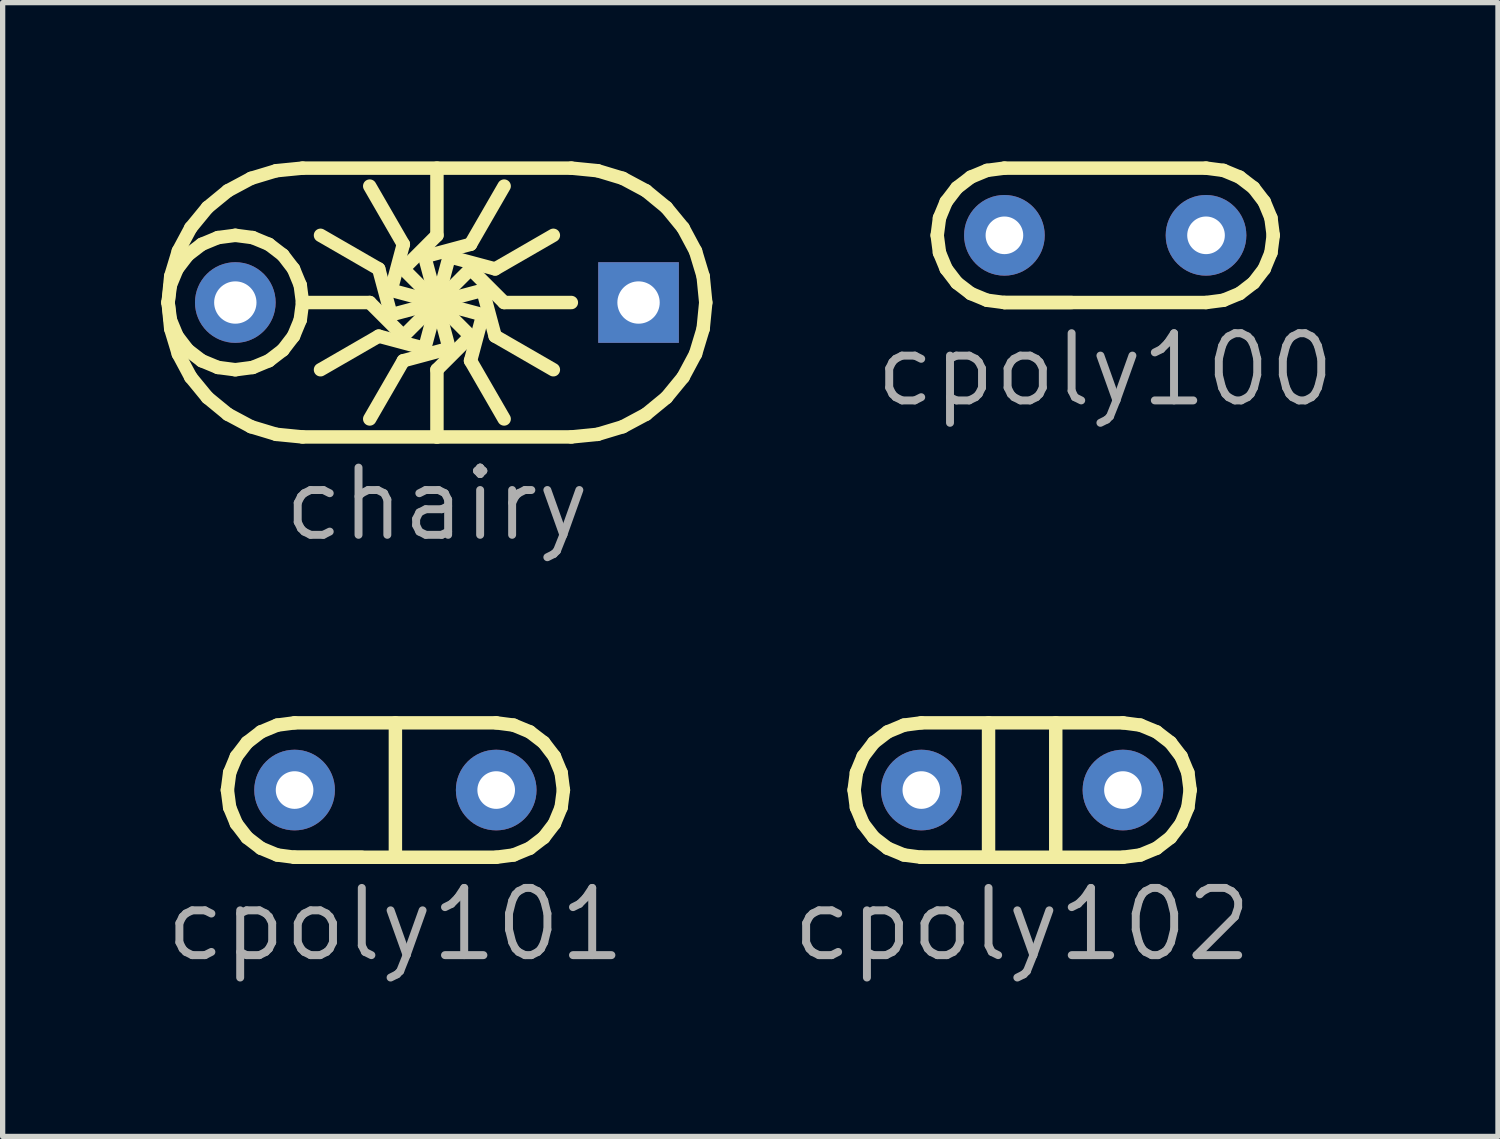
<source format=kicad_pcb>
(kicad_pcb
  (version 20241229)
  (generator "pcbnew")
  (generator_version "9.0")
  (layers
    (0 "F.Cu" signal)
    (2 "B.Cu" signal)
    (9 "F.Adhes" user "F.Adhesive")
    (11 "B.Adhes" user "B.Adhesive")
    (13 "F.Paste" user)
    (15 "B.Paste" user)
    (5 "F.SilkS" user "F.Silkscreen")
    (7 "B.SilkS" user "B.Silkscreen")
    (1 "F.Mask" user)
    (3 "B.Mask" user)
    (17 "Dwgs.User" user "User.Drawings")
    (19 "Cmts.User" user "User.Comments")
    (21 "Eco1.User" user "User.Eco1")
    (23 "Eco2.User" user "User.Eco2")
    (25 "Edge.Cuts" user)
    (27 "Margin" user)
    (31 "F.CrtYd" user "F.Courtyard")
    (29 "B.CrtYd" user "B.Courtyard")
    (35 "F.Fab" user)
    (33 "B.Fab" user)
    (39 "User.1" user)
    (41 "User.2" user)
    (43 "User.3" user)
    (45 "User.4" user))
  (footprint "cpoly100"
    (layer "F.Cu")
    (at 15.931 1.397)
    (property "Reference" "cpoly100" (at 1.905 2.54 0) (layer "F.Fab") (effects (font (size 1.27 1.27) (thickness 0.15))))
    (attr through_hole)
    (fp_line (start -1.27 0) (end -1.227 -0.329) (stroke (width 0.254) (type default)) (layer "F.SilkS"))
    (fp_line (start -1.227 -0.329) (end -1.1 -0.635) (stroke (width 0.254) (type default)) (layer "F.SilkS"))
    (fp_line (start -1.227 0.329) (end -1.27 0) (stroke (width 0.254) (type default)) (layer "F.SilkS"))
    (fp_line (start -1.1 -0.635) (end -0.898 -0.898) (stroke (width 0.254) (type default)) (layer "F.SilkS"))
    (fp_line (start -1.1 0.635) (end -1.227 0.329) (stroke (width 0.254) (type default)) (layer "F.SilkS"))
    (fp_line (start -0.898 -0.898) (end -0.635 -1.1) (stroke (width 0.254) (type default)) (layer "F.SilkS"))
    (fp_line (start -0.898 0.898) (end -1.1 0.635) (stroke (width 0.254) (type default)) (layer "F.SilkS"))
    (fp_line (start -0.635 -1.1) (end -0.329 -1.227) (stroke (width 0.254) (type default)) (layer "F.SilkS"))
    (fp_line (start -0.635 1.1) (end -0.898 0.898) (stroke (width 0.254) (type default)) (layer "F.SilkS"))
    (fp_line (start -0.329 -1.227) (end 0 -1.27) (stroke (width 0.254) (type default)) (layer "F.SilkS"))
    (fp_line (start -0.329 1.227) (end -0.635 1.1) (stroke (width 0.254) (type default)) (layer "F.SilkS"))
    (fp_line (start 0 -1.27) (end 3.81 -1.27) (stroke (width 0.254) (type default)) (layer "F.SilkS"))
    (fp_line (start 0 1.27) (end -0.329 1.227) (stroke (width 0.254) (type default)) (layer "F.SilkS"))
    (fp_line (start 1.27 1.27) (end 0 1.27) (stroke (width 0.254) (type default)) (layer "F.SilkS"))
    (fp_line (start 3.81 -1.27) (end 4.139 -1.227) (stroke (width 0.254) (type default)) (layer "F.SilkS"))
    (fp_line (start 3.81 1.27) (end 0 1.27) (stroke (width 0.254) (type default)) (layer "F.SilkS"))
    (fp_line (start 4.139 -1.227) (end 4.445 -1.1) (stroke (width 0.254) (type default)) (layer "F.SilkS"))
    (fp_line (start 4.139 1.227) (end 3.81 1.27) (stroke (width 0.254) (type default)) (layer "F.SilkS"))
    (fp_line (start 4.445 -1.1) (end 4.708 -0.898) (stroke (width 0.254) (type default)) (layer "F.SilkS"))
    (fp_line (start 4.445 1.1) (end 4.139 1.227) (stroke (width 0.254) (type default)) (layer "F.SilkS"))
    (fp_line (start 4.708 -0.898) (end 4.91 -0.635) (stroke (width 0.254) (type default)) (layer "F.SilkS"))
    (fp_line (start 4.708 0.898) (end 4.445 1.1) (stroke (width 0.254) (type default)) (layer "F.SilkS"))
    (fp_line (start 4.91 -0.635) (end 5.037 -0.329) (stroke (width 0.254) (type default)) (layer "F.SilkS"))
    (fp_line (start 4.91 0.635) (end 4.708 0.898) (stroke (width 0.254) (type default)) (layer "F.SilkS"))
    (fp_line (start 5.037 -0.329) (end 5.08 0) (stroke (width 0.254) (type default)) (layer "F.SilkS"))
    (fp_line (start 5.037 0.329) (end 4.91 0.635) (stroke (width 0.254) (type default)) (layer "F.SilkS"))
    (fp_line (start 5.08 0) (end 5.037 0.329) (stroke (width 0.254) (type default)) (layer "F.SilkS"))
    (pad "1" thru_hole circle (at 3.81 0) (size 1.524 1.524) (drill 0.711) (layers "*.Cu" "*.Mask"))
    (pad "2" thru_hole circle (at 0 0) (size 1.524 1.524) (drill 0.711) (layers "*.Cu" "*.Mask")))
  (footprint "chairy"
    (layer "F.Cu")
    (at 1.397 2.667)
    (property "Reference" "chairy" (at 3.81 3.81 0) (layer "F.Fab") (effects (font (size 1.27 1.27) (thickness 0.15))))
    (attr through_hole)
    (fp_line (start -1.27 0) (end -1.227 -0.329) (stroke (width 0.254) (type default)) (layer "F.SilkS"))
    (fp_line (start -1.27 0) (end -1.221 -0.496) (stroke (width 0.254) (type default)) (layer "F.SilkS"))
    (fp_line (start -1.227 -0.329) (end -1.1 -0.635) (stroke (width 0.254) (type default)) (layer "F.SilkS"))
    (fp_line (start -1.227 0.329) (end -1.27 0) (stroke (width 0.254) (type default)) (layer "F.SilkS"))
    (fp_line (start -1.221 -0.496) (end -1.077 -0.972) (stroke (width 0.254) (type default)) (layer "F.SilkS"))
    (fp_line (start -1.221 0.496) (end -1.27 0) (stroke (width 0.254) (type default)) (layer "F.SilkS"))
    (fp_line (start -1.1 -0.635) (end -0.898 -0.898) (stroke (width 0.254) (type default)) (layer "F.SilkS"))
    (fp_line (start -1.1 0.635) (end -1.227 0.329) (stroke (width 0.254) (type default)) (layer "F.SilkS"))
    (fp_line (start -1.077 -0.972) (end -0.842 -1.411) (stroke (width 0.254) (type default)) (layer "F.SilkS"))
    (fp_line (start -1.077 0.972) (end -1.221 0.496) (stroke (width 0.254) (type default)) (layer "F.SilkS"))
    (fp_line (start -0.898 -0.898) (end -0.635 -1.1) (stroke (width 0.254) (type default)) (layer "F.SilkS"))
    (fp_line (start -0.898 0.898) (end -1.1 0.635) (stroke (width 0.254) (type default)) (layer "F.SilkS"))
    (fp_line (start -0.842 -1.411) (end -0.526 -1.796) (stroke (width 0.254) (type default)) (layer "F.SilkS"))
    (fp_line (start -0.842 1.411) (end -1.077 0.972) (stroke (width 0.254) (type default)) (layer "F.SilkS"))
    (fp_line (start -0.635 -1.1) (end -0.329 -1.227) (stroke (width 0.254) (type default)) (layer "F.SilkS"))
    (fp_line (start -0.635 1.1) (end -0.898 0.898) (stroke (width 0.254) (type default)) (layer "F.SilkS"))
    (fp_line (start -0.526 -1.796) (end -0.141 -2.112) (stroke (width 0.254) (type default)) (layer "F.SilkS"))
    (fp_line (start -0.526 1.796) (end -0.842 1.411) (stroke (width 0.254) (type default)) (layer "F.SilkS"))
    (fp_line (start -0.329 -1.227) (end 0 -1.27) (stroke (width 0.254) (type default)) (layer "F.SilkS"))
    (fp_line (start -0.329 1.227) (end -0.635 1.1) (stroke (width 0.254) (type default)) (layer "F.SilkS"))
    (fp_line (start -0.141 -2.112) (end 0.298 -2.347) (stroke (width 0.254) (type default)) (layer "F.SilkS"))
    (fp_line (start -0.141 2.112) (end -0.526 1.796) (stroke (width 0.254) (type default)) (layer "F.SilkS"))
    (fp_line (start 0 -1.27) (end 0.329 -1.227) (stroke (width 0.254) (type default)) (layer "F.SilkS"))
    (fp_line (start 0 1.27) (end -0.329 1.227) (stroke (width 0.254) (type default)) (layer "F.SilkS"))
    (fp_line (start 0.298 -2.347) (end 0.774 -2.491) (stroke (width 0.254) (type default)) (layer "F.SilkS"))
    (fp_line (start 0.298 2.347) (end -0.141 2.112) (stroke (width 0.254) (type default)) (layer "F.SilkS"))
    (fp_line (start 0.329 -1.227) (end 0.635 -1.1) (stroke (width 0.254) (type default)) (layer "F.SilkS"))
    (fp_line (start 0.329 1.227) (end 0 1.27) (stroke (width 0.254) (type default)) (layer "F.SilkS"))
    (fp_line (start 0.635 -1.1) (end 0.898 -0.898) (stroke (width 0.254) (type default)) (layer "F.SilkS"))
    (fp_line (start 0.635 1.1) (end 0.329 1.227) (stroke (width 0.254) (type default)) (layer "F.SilkS"))
    (fp_line (start 0.774 -2.491) (end 1.27 -2.54) (stroke (width 0.254) (type default)) (layer "F.SilkS"))
    (fp_line (start 0.774 2.491) (end 0.298 2.347) (stroke (width 0.254) (type default)) (layer "F.SilkS"))
    (fp_line (start 0.898 -0.898) (end 1.1 -0.635) (stroke (width 0.254) (type default)) (layer "F.SilkS"))
    (fp_line (start 0.898 0.898) (end 0.635 1.1) (stroke (width 0.254) (type default)) (layer "F.SilkS"))
    (fp_line (start 1.1 -0.635) (end 1.227 -0.329) (stroke (width 0.254) (type default)) (layer "F.SilkS"))
    (fp_line (start 1.1 0.635) (end 0.898 0.898) (stroke (width 0.254) (type default)) (layer "F.SilkS"))
    (fp_line (start 1.227 -0.329) (end 1.27 0) (stroke (width 0.254) (type default)) (layer "F.SilkS"))
    (fp_line (start 1.227 0.329) (end 1.1 0.635) (stroke (width 0.254) (type default)) (layer "F.SilkS"))
    (fp_line (start 1.27 -2.54) (end 6.35 -2.54) (stroke (width 0.254) (type default)) (layer "F.SilkS"))
    (fp_line (start 1.27 0) (end 1.227 0.329) (stroke (width 0.254) (type default)) (layer "F.SilkS"))
    (fp_line (start 1.27 0) (end 2.54 0) (stroke (width 0.254) (type default)) (layer "F.SilkS"))
    (fp_line (start 1.27 2.54) (end 0.774 2.491) (stroke (width 0.254) (type default)) (layer "F.SilkS"))
    (fp_line (start 1.61 -1.27) (end 2.71 -0.635) (stroke (width 0.254) (type default)) (layer "F.SilkS"))
    (fp_line (start 1.61 1.27) (end 2.71 0.635) (stroke (width 0.254) (type default)) (layer "F.SilkS"))
    (fp_line (start 2.54 -2.2) (end 3.175 -1.1) (stroke (width 0.254) (type default)) (layer "F.SilkS"))
    (fp_line (start 2.54 0) (end 3.175 0.635) (stroke (width 0.254) (type default)) (layer "F.SilkS"))
    (fp_line (start 2.54 2.2) (end 3.175 1.1) (stroke (width 0.254) (type default)) (layer "F.SilkS"))
    (fp_line (start 2.71 -0.635) (end 2.943 0.232) (stroke (width 0.254) (type default)) (layer "F.SilkS"))
    (fp_line (start 2.71 0.635) (end 3.578 0.867) (stroke (width 0.254) (type default)) (layer "F.SilkS"))
    (fp_line (start 2.943 -0.232) (end 3.81 0) (stroke (width 0.254) (type default)) (layer "F.SilkS"))
    (fp_line (start 2.943 0.232) (end 3.81 0) (stroke (width 0.254) (type default)) (layer "F.SilkS"))
    (fp_line (start 3.175 -1.1) (end 2.943 -0.232) (stroke (width 0.254) (type default)) (layer "F.SilkS"))
    (fp_line (start 3.175 -0.635) (end 3.81 0) (stroke (width 0.254) (type default)) (layer "F.SilkS"))
    (fp_line (start 3.175 0.635) (end 3.81 0) (stroke (width 0.254) (type default)) (layer "F.SilkS"))
    (fp_line (start 3.175 1.1) (end 4.042 0.867) (stroke (width 0.254) (type default)) (layer "F.SilkS"))
    (fp_line (start 3.578 -0.867) (end 3.81 0) (stroke (width 0.254) (type default)) (layer "F.SilkS"))
    (fp_line (start 3.578 0.867) (end 3.81 0) (stroke (width 0.254) (type default)) (layer "F.SilkS"))
    (fp_line (start 3.81 -2.54) (end 3.81 -1.27) (stroke (width 0.254) (type default)) (layer "F.SilkS"))
    (fp_line (start 3.81 -1.27) (end 3.175 -0.635) (stroke (width 0.254) (type default)) (layer "F.SilkS"))
    (fp_line (start 3.81 1.27) (end 4.445 0.635) (stroke (width 0.254) (type default)) (layer "F.SilkS"))
    (fp_line (start 3.81 2.54) (end 1.27 2.54) (stroke (width 0.254) (type default)) (layer "F.SilkS"))
    (fp_line (start 3.81 2.54) (end 3.81 1.27) (stroke (width 0.254) (type default)) (layer "F.SilkS"))
    (fp_line (start 4.042 -0.867) (end 3.81 0) (stroke (width 0.254) (type default)) (layer "F.SilkS"))
    (fp_line (start 4.042 0.867) (end 3.81 0) (stroke (width 0.254) (type default)) (layer "F.SilkS"))
    (fp_line (start 4.445 -1.1) (end 3.578 -0.867) (stroke (width 0.254) (type default)) (layer "F.SilkS"))
    (fp_line (start 4.445 -0.635) (end 3.81 0) (stroke (width 0.254) (type default)) (layer "F.SilkS"))
    (fp_line (start 4.445 0.635) (end 3.81 0) (stroke (width 0.254) (type default)) (layer "F.SilkS"))
    (fp_line (start 4.445 1.1) (end 4.677 0.232) (stroke (width 0.254) (type default)) (layer "F.SilkS"))
    (fp_line (start 4.677 -0.232) (end 3.81 0) (stroke (width 0.254) (type default)) (layer "F.SilkS"))
    (fp_line (start 4.677 0.232) (end 3.81 0) (stroke (width 0.254) (type default)) (layer "F.SilkS"))
    (fp_line (start 4.91 -0.635) (end 4.042 -0.867) (stroke (width 0.254) (type default)) (layer "F.SilkS"))
    (fp_line (start 4.91 0.635) (end 4.677 -0.232) (stroke (width 0.254) (type default)) (layer "F.SilkS"))
    (fp_line (start 5.08 -2.2) (end 4.445 -1.1) (stroke (width 0.254) (type default)) (layer "F.SilkS"))
    (fp_line (start 5.08 0) (end 4.445 -0.635) (stroke (width 0.254) (type default)) (layer "F.SilkS"))
    (fp_line (start 5.08 2.2) (end 4.445 1.1) (stroke (width 0.254) (type default)) (layer "F.SilkS"))
    (fp_line (start 6.01 -1.27) (end 4.91 -0.635) (stroke (width 0.254) (type default)) (layer "F.SilkS"))
    (fp_line (start 6.01 1.27) (end 4.91 0.635) (stroke (width 0.254) (type default)) (layer "F.SilkS"))
    (fp_line (start 6.35 -2.54) (end 6.846 -2.491) (stroke (width 0.254) (type default)) (layer "F.SilkS"))
    (fp_line (start 6.35 0) (end 5.08 0) (stroke (width 0.254) (type default)) (layer "F.SilkS"))
    (fp_line (start 6.35 2.54) (end 3.81 2.54) (stroke (width 0.254) (type default)) (layer "F.SilkS"))
    (fp_line (start 6.846 -2.491) (end 7.322 -2.347) (stroke (width 0.254) (type default)) (layer "F.SilkS"))
    (fp_line (start 6.846 2.491) (end 6.35 2.54) (stroke (width 0.254) (type default)) (layer "F.SilkS"))
    (fp_line (start 7.322 -2.347) (end 7.761 -2.112) (stroke (width 0.254) (type default)) (layer "F.SilkS"))
    (fp_line (start 7.322 2.347) (end 6.846 2.491) (stroke (width 0.254) (type default)) (layer "F.SilkS"))
    (fp_line (start 7.761 -2.112) (end 8.146 -1.796) (stroke (width 0.254) (type default)) (layer "F.SilkS"))
    (fp_line (start 7.761 2.112) (end 7.322 2.347) (stroke (width 0.254) (type default)) (layer "F.SilkS"))
    (fp_line (start 8.146 -1.796) (end 8.462 -1.411) (stroke (width 0.254) (type default)) (layer "F.SilkS"))
    (fp_line (start 8.146 1.796) (end 7.761 2.112) (stroke (width 0.254) (type default)) (layer "F.SilkS"))
    (fp_line (start 8.462 -1.411) (end 8.697 -0.972) (stroke (width 0.254) (type default)) (layer "F.SilkS"))
    (fp_line (start 8.462 1.411) (end 8.146 1.796) (stroke (width 0.254) (type default)) (layer "F.SilkS"))
    (fp_line (start 8.697 -0.972) (end 8.841 -0.496) (stroke (width 0.254) (type default)) (layer "F.SilkS"))
    (fp_line (start 8.697 0.972) (end 8.462 1.411) (stroke (width 0.254) (type default)) (layer "F.SilkS"))
    (fp_line (start 8.841 -0.496) (end 8.89 0) (stroke (width 0.254) (type default)) (layer "F.SilkS"))
    (fp_line (start 8.841 0.496) (end 8.697 0.972) (stroke (width 0.254) (type default)) (layer "F.SilkS"))
    (fp_line (start 8.89 0) (end 8.841 0.496) (stroke (width 0.254) (type default)) (layer "F.SilkS"))
    (pad "1" thru_hole rect (at 7.62 0) (size 1.524 1.524) (drill 0.8) (layers "*.Cu" "*.Mask"))
    (pad "2" thru_hole circle (at 0 0) (size 1.524 1.524) (drill 0.8) (layers "*.Cu" "*.Mask")))
  (footprint "cpoly102"
    (layer "F.Cu")
    (at 14.361 11.88)
    (property "Reference" "cpoly102" (at 1.905 2.54 0) (layer "F.Fab") (effects (font (size 1.27 1.27) (thickness 0.15))))
    (attr through_hole)
    (fp_line (start -1.27 0) (end -1.227 -0.329) (stroke (width 0.254) (type default)) (layer "F.SilkS"))
    (fp_line (start -1.227 -0.329) (end -1.1 -0.635) (stroke (width 0.254) (type default)) (layer "F.SilkS"))
    (fp_line (start -1.227 0.329) (end -1.27 0) (stroke (width 0.254) (type default)) (layer "F.SilkS"))
    (fp_line (start -1.1 -0.635) (end -0.898 -0.898) (stroke (width 0.254) (type default)) (layer "F.SilkS"))
    (fp_line (start -1.1 0.635) (end -1.227 0.329) (stroke (width 0.254) (type default)) (layer "F.SilkS"))
    (fp_line (start -0.898 -0.898) (end -0.635 -1.1) (stroke (width 0.254) (type default)) (layer "F.SilkS"))
    (fp_line (start -0.898 0.898) (end -1.1 0.635) (stroke (width 0.254) (type default)) (layer "F.SilkS"))
    (fp_line (start -0.635 -1.1) (end -0.329 -1.227) (stroke (width 0.254) (type default)) (layer "F.SilkS"))
    (fp_line (start -0.635 1.1) (end -0.898 0.898) (stroke (width 0.254) (type default)) (layer "F.SilkS"))
    (fp_line (start -0.329 -1.227) (end 0 -1.27) (stroke (width 0.254) (type default)) (layer "F.SilkS"))
    (fp_line (start -0.329 1.227) (end -0.635 1.1) (stroke (width 0.254) (type default)) (layer "F.SilkS"))
    (fp_line (start 0 -1.27) (end 3.81 -1.27) (stroke (width 0.254) (type default)) (layer "F.SilkS"))
    (fp_line (start 0 1.27) (end -0.329 1.227) (stroke (width 0.254) (type default)) (layer "F.SilkS"))
    (fp_line (start 1.27 1.27) (end 0 1.27) (stroke (width 0.254) (type default)) (layer "F.SilkS"))
    (fp_line (start 1.27 1.27) (end 1.27 -1.27) (stroke (width 0.254) (type default)) (layer "F.SilkS"))
    (fp_line (start 2.54 -1.27) (end 2.54 1.27) (stroke (width 0.254) (type default)) (layer "F.SilkS"))
    (fp_line (start 3.81 -1.27) (end 4.139 -1.227) (stroke (width 0.254) (type default)) (layer "F.SilkS"))
    (fp_line (start 3.81 1.27) (end 0 1.27) (stroke (width 0.254) (type default)) (layer "F.SilkS"))
    (fp_line (start 4.139 -1.227) (end 4.445 -1.1) (stroke (width 0.254) (type default)) (layer "F.SilkS"))
    (fp_line (start 4.139 1.227) (end 3.81 1.27) (stroke (width 0.254) (type default)) (layer "F.SilkS"))
    (fp_line (start 4.445 -1.1) (end 4.708 -0.898) (stroke (width 0.254) (type default)) (layer "F.SilkS"))
    (fp_line (start 4.445 1.1) (end 4.139 1.227) (stroke (width 0.254) (type default)) (layer "F.SilkS"))
    (fp_line (start 4.708 -0.898) (end 4.91 -0.635) (stroke (width 0.254) (type default)) (layer "F.SilkS"))
    (fp_line (start 4.708 0.898) (end 4.445 1.1) (stroke (width 0.254) (type default)) (layer "F.SilkS"))
    (fp_line (start 4.91 -0.635) (end 5.037 -0.329) (stroke (width 0.254) (type default)) (layer "F.SilkS"))
    (fp_line (start 4.91 0.635) (end 4.708 0.898) (stroke (width 0.254) (type default)) (layer "F.SilkS"))
    (fp_line (start 5.037 -0.329) (end 5.08 0) (stroke (width 0.254) (type default)) (layer "F.SilkS"))
    (fp_line (start 5.037 0.329) (end 4.91 0.635) (stroke (width 0.254) (type default)) (layer "F.SilkS"))
    (fp_line (start 5.08 0) (end 5.037 0.329) (stroke (width 0.254) (type default)) (layer "F.SilkS"))
    (pad "1" thru_hole circle (at 3.81 0) (size 1.524 1.524) (drill 0.711) (layers "*.Cu" "*.Mask"))
    (pad "2" thru_hole circle (at 0 0) (size 1.524 1.524) (drill 0.711) (layers "*.Cu" "*.Mask")))
  (footprint "cpoly101"
    (layer "F.Cu")
    (at 2.517 11.88)
    (property "Reference" "cpoly101" (at 1.905 2.54 0) (layer "F.Fab") (effects (font (size 1.27 1.27) (thickness 0.15))))
    (attr through_hole)
    (fp_line (start -1.27 0) (end -1.227 -0.329) (stroke (width 0.254) (type default)) (layer "F.SilkS"))
    (fp_line (start -1.227 -0.329) (end -1.1 -0.635) (stroke (width 0.254) (type default)) (layer "F.SilkS"))
    (fp_line (start -1.227 0.329) (end -1.27 0) (stroke (width 0.254) (type default)) (layer "F.SilkS"))
    (fp_line (start -1.1 -0.635) (end -0.898 -0.898) (stroke (width 0.254) (type default)) (layer "F.SilkS"))
    (fp_line (start -1.1 0.635) (end -1.227 0.329) (stroke (width 0.254) (type default)) (layer "F.SilkS"))
    (fp_line (start -0.898 -0.898) (end -0.635 -1.1) (stroke (width 0.254) (type default)) (layer "F.SilkS"))
    (fp_line (start -0.898 0.898) (end -1.1 0.635) (stroke (width 0.254) (type default)) (layer "F.SilkS"))
    (fp_line (start -0.635 -1.1) (end -0.329 -1.227) (stroke (width 0.254) (type default)) (layer "F.SilkS"))
    (fp_line (start -0.635 1.1) (end -0.898 0.898) (stroke (width 0.254) (type default)) (layer "F.SilkS"))
    (fp_line (start -0.329 -1.227) (end 0 -1.27) (stroke (width 0.254) (type default)) (layer "F.SilkS"))
    (fp_line (start -0.329 1.227) (end -0.635 1.1) (stroke (width 0.254) (type default)) (layer "F.SilkS"))
    (fp_line (start 0 -1.27) (end 3.81 -1.27) (stroke (width 0.254) (type default)) (layer "F.SilkS"))
    (fp_line (start 0 1.27) (end -0.329 1.227) (stroke (width 0.254) (type default)) (layer "F.SilkS"))
    (fp_line (start 1.27 1.27) (end 0 1.27) (stroke (width 0.254) (type default)) (layer "F.SilkS"))
    (fp_line (start 1.905 1.27) (end 1.905 -1.27) (stroke (width 0.254) (type default)) (layer "F.SilkS"))
    (fp_line (start 3.81 -1.27) (end 4.139 -1.227) (stroke (width 0.254) (type default)) (layer "F.SilkS"))
    (fp_line (start 3.81 1.27) (end 0 1.27) (stroke (width 0.254) (type default)) (layer "F.SilkS"))
    (fp_line (start 4.139 -1.227) (end 4.445 -1.1) (stroke (width 0.254) (type default)) (layer "F.SilkS"))
    (fp_line (start 4.139 1.227) (end 3.81 1.27) (stroke (width 0.254) (type default)) (layer "F.SilkS"))
    (fp_line (start 4.445 -1.1) (end 4.708 -0.898) (stroke (width 0.254) (type default)) (layer "F.SilkS"))
    (fp_line (start 4.445 1.1) (end 4.139 1.227) (stroke (width 0.254) (type default)) (layer "F.SilkS"))
    (fp_line (start 4.708 -0.898) (end 4.91 -0.635) (stroke (width 0.254) (type default)) (layer "F.SilkS"))
    (fp_line (start 4.708 0.898) (end 4.445 1.1) (stroke (width 0.254) (type default)) (layer "F.SilkS"))
    (fp_line (start 4.91 -0.635) (end 5.037 -0.329) (stroke (width 0.254) (type default)) (layer "F.SilkS"))
    (fp_line (start 4.91 0.635) (end 4.708 0.898) (stroke (width 0.254) (type default)) (layer "F.SilkS"))
    (fp_line (start 5.037 -0.329) (end 5.08 0) (stroke (width 0.254) (type default)) (layer "F.SilkS"))
    (fp_line (start 5.037 0.329) (end 4.91 0.635) (stroke (width 0.254) (type default)) (layer "F.SilkS"))
    (fp_line (start 5.08 0) (end 5.037 0.329) (stroke (width 0.254) (type default)) (layer "F.SilkS"))
    (pad "1" thru_hole circle (at 3.81 0) (size 1.524 1.524) (drill 0.711) (layers "*.Cu" "*.Mask"))
    (pad "2" thru_hole circle (at 0 0) (size 1.524 1.524) (drill 0.711) (layers "*.Cu" "*.Mask")))
  (gr_rect
    (start -3 -3)
    (end 25.258 18.426)
    (stroke (width 0.1) (type default))
    (fill no)
    (layer "Edge.Cuts")))
</source>
